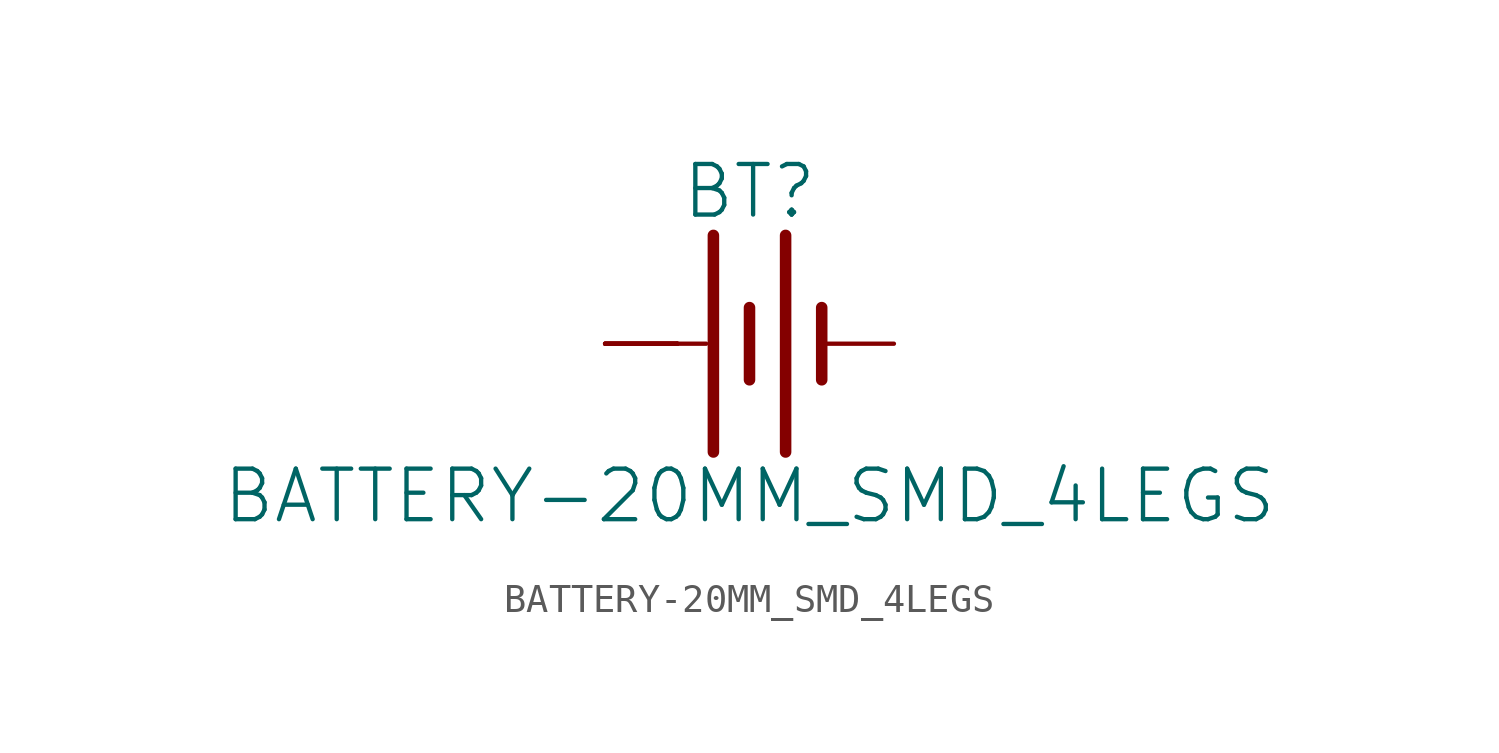
<source format=kicad_sym>
(kicad_symbol_lib
  (version 20211014)
  (generator kicad_symbol_editor)
  (symbol "BATTERY-20MM_SMD_4LEGS"
    (property "Reference" "BT"
      (at 0 4.318 0)
      (effects (font (size 1.778 1.778)) (justify bottom)))
    (property "Value" "BATTERY-20MM_SMD_4LEGS"
      (at 0 -4.318 0)
      (effects (font (size 1.778 1.778)) (justify top)))
    (property "ki_locked" ""
      (at 0 0 0)
      (effects (font (size 1.27 1.27))))
    (symbol "BATTERY-20MM_SMD_4LEGS_1_0"
      (polyline (pts (xy -2.54 0) (xy -1.524 0)) (stroke (width 0.152) (type default) (color 0 0 0 0)) (fill (type none)))
      (polyline (pts (xy -1.27 3.81) (xy -1.27 -3.81)) (stroke (width 0.406) (type default) (color 0 0 0 0)) (fill (type none)))
      (polyline (pts (xy 0 1.27) (xy 0 -1.27)) (stroke (width 0.406) (type default) (color 0 0 0 0)) (fill (type none)))
      (polyline (pts (xy 1.27 3.81) (xy 1.27 -3.81)) (stroke (width 0.406) (type default) (color 0 0 0 0)) (fill (type none)))
      (polyline (pts (xy 2.54 1.27) (xy 2.54 -1.27)) (stroke (width 0.406) (type default) (color 0 0 0 0)) (fill (type none)))
      (pin power_in line (at 5.08 0 180) (length 2.54) (name "-" (effects (font (size 0 0)))) (number "NEGATIVE" (effects (font (size 0 0)))))
      (pin power_in line (at -5.08 0 0) (length 2.54) (name "+" (effects (font (size 0 0)))) (number "POSITIVE@1" (effects (font (size 0 0)))))
      (pin power_in line (at -5.08 0 0) (length 2.54) (name "+" (effects (font (size 0 0)))) (number "POSITIVE@2" (effects (font (size 0 0)))))
      (pin power_in line (at -5.08 0 0) (length 2.54) (name "+" (effects (font (size 0 0)))) (number "POSITIVE@3" (effects (font (size 0 0)))))
      (pin power_in line (at -5.08 0 0) (length 2.54) (name "+" (effects (font (size 0 0)))) (number "POSITIVE@4" (effects (font (size 0 0))))))))
</source>
